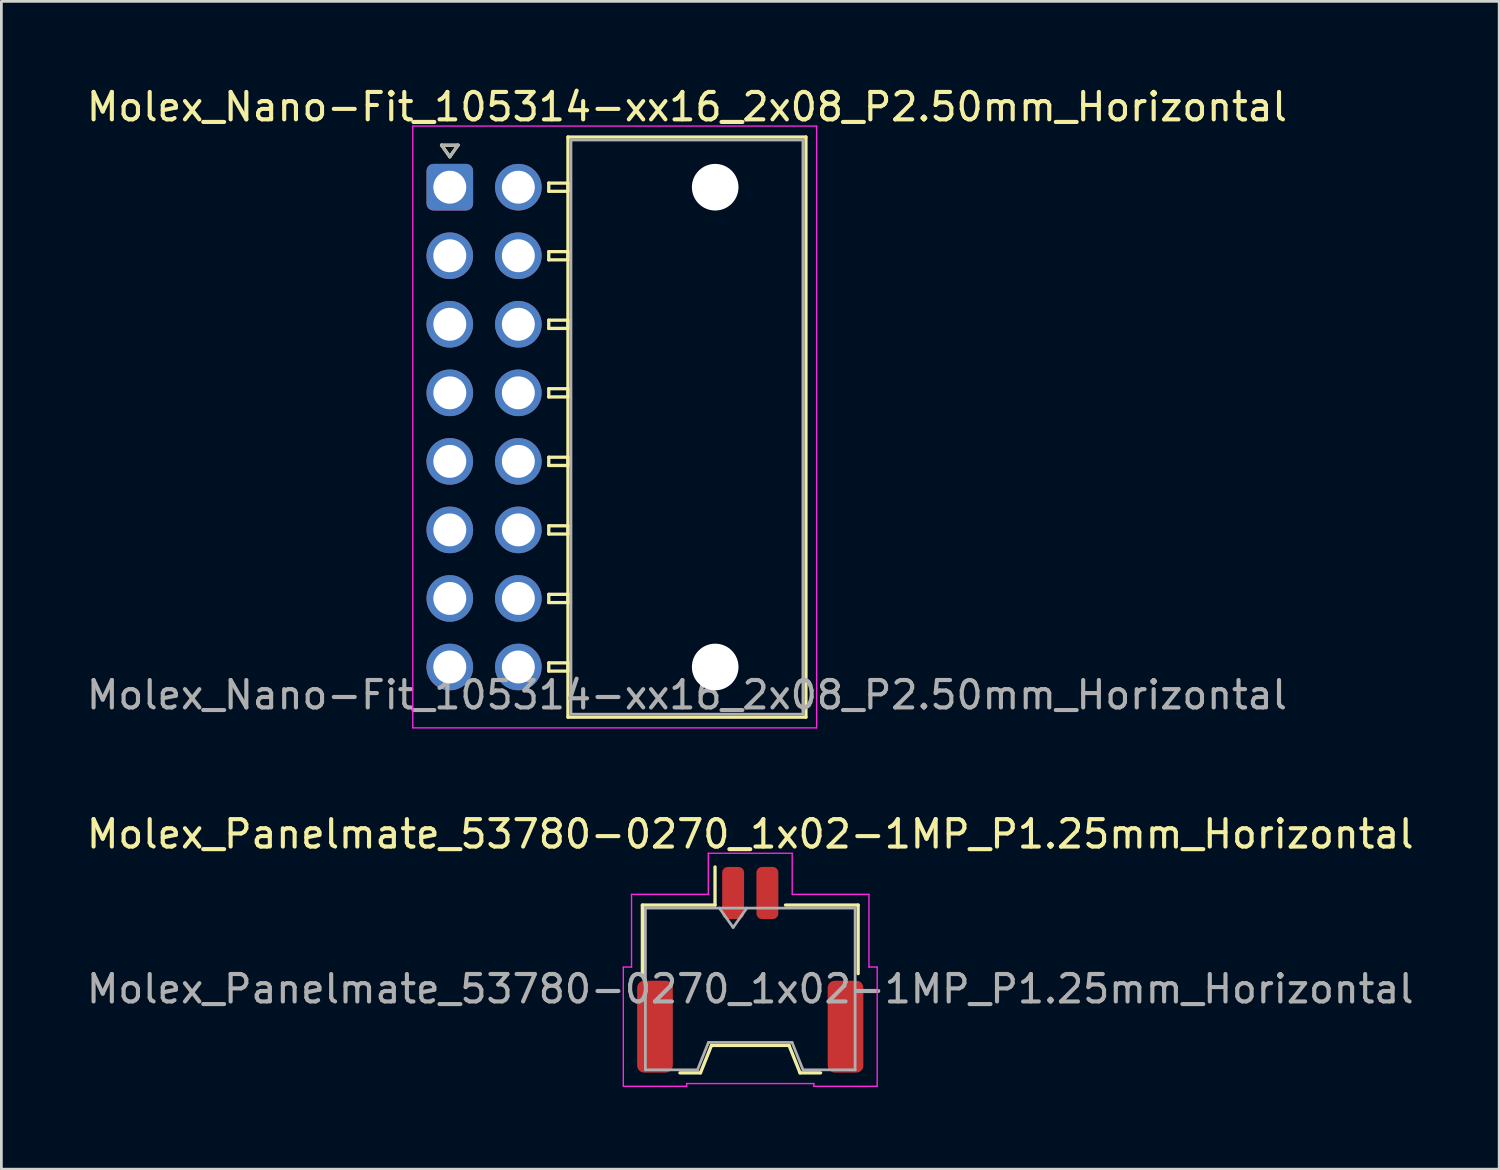
<source format=kicad_pcb>
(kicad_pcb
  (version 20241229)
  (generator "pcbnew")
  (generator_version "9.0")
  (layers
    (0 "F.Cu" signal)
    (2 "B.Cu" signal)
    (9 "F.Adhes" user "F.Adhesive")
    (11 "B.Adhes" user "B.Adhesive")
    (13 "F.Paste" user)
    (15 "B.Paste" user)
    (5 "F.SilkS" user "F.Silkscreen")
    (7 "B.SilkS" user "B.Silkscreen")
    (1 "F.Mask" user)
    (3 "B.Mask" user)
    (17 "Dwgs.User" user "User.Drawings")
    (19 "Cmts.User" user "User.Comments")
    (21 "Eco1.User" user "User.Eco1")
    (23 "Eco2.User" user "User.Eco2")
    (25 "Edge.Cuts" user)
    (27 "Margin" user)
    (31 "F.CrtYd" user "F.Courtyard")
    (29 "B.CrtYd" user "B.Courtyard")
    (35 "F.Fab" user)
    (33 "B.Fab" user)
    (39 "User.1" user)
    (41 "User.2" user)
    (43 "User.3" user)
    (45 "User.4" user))
  (footprint "Molex_Nano-Fit_105314-xx16_2x08_P2.50mm_Horizontal"
    (layer "F.Cu")
    (at 13.356 3.778)
    (property "Reference" "Molex_Nano-Fit_105314-xx16_2x08_P2.50mm_Horizontal" (at 8.65 -2.93 0) (layer "F.SilkS") (effects (font (size 1 1) (thickness 0.15))))
    (attr through_hole)
    (fp_line (start -0.3 -1.534) (end 0 -1.11) (stroke (width 0.12) (type solid)) (layer "F.SilkS"))
    (fp_line (start 0 -1.11) (end 0.3 -1.534) (stroke (width 0.12) (type solid)) (layer "F.SilkS"))
    (fp_line (start 0.3 -1.534) (end -0.3 -1.534) (stroke (width 0.12) (type solid)) (layer "F.SilkS"))
    (fp_line (start 3.61 -0.15) (end 3.61 0.15) (stroke (width 0.12) (type solid)) (layer "F.SilkS"))
    (fp_line (start 3.61 0.15) (end 4.31 0.15) (stroke (width 0.12) (type solid)) (layer "F.SilkS"))
    (fp_line (start 3.61 2.35) (end 3.61 2.65) (stroke (width 0.12) (type solid)) (layer "F.SilkS"))
    (fp_line (start 3.61 2.65) (end 4.31 2.65) (stroke (width 0.12) (type solid)) (layer "F.SilkS"))
    (fp_line (start 3.61 4.85) (end 3.61 5.15) (stroke (width 0.12) (type solid)) (layer "F.SilkS"))
    (fp_line (start 3.61 5.15) (end 4.31 5.15) (stroke (width 0.12) (type solid)) (layer "F.SilkS"))
    (fp_line (start 3.61 7.35) (end 3.61 7.65) (stroke (width 0.12) (type solid)) (layer "F.SilkS"))
    (fp_line (start 3.61 7.65) (end 4.31 7.65) (stroke (width 0.12) (type solid)) (layer "F.SilkS"))
    (fp_line (start 3.61 9.85) (end 3.61 10.15) (stroke (width 0.12) (type solid)) (layer "F.SilkS"))
    (fp_line (start 3.61 10.15) (end 4.31 10.15) (stroke (width 0.12) (type solid)) (layer "F.SilkS"))
    (fp_line (start 3.61 12.35) (end 3.61 12.65) (stroke (width 0.12) (type solid)) (layer "F.SilkS"))
    (fp_line (start 3.61 12.65) (end 4.31 12.65) (stroke (width 0.12) (type solid)) (layer "F.SilkS"))
    (fp_line (start 3.61 14.85) (end 3.61 15.15) (stroke (width 0.12) (type solid)) (layer "F.SilkS"))
    (fp_line (start 3.61 15.15) (end 4.31 15.15) (stroke (width 0.12) (type solid)) (layer "F.SilkS"))
    (fp_line (start 3.61 17.35) (end 3.61 17.65) (stroke (width 0.12) (type solid)) (layer "F.SilkS"))
    (fp_line (start 3.61 17.65) (end 4.31 17.65) (stroke (width 0.12) (type solid)) (layer "F.SilkS"))
    (fp_line (start 4.31 -1.83) (end 4.31 19.33) (stroke (width 0.12) (type solid)) (layer "F.SilkS"))
    (fp_line (start 4.31 -0.15) (end 3.61 -0.15) (stroke (width 0.12) (type solid)) (layer "F.SilkS"))
    (fp_line (start 4.31 0.15) (end 4.31 -0.15) (stroke (width 0.12) (type solid)) (layer "F.SilkS"))
    (fp_line (start 4.31 2.35) (end 3.61 2.35) (stroke (width 0.12) (type solid)) (layer "F.SilkS"))
    (fp_line (start 4.31 2.65) (end 4.31 2.35) (stroke (width 0.12) (type solid)) (layer "F.SilkS"))
    (fp_line (start 4.31 4.85) (end 3.61 4.85) (stroke (width 0.12) (type solid)) (layer "F.SilkS"))
    (fp_line (start 4.31 5.15) (end 4.31 4.85) (stroke (width 0.12) (type solid)) (layer "F.SilkS"))
    (fp_line (start 4.31 7.35) (end 3.61 7.35) (stroke (width 0.12) (type solid)) (layer "F.SilkS"))
    (fp_line (start 4.31 7.65) (end 4.31 7.35) (stroke (width 0.12) (type solid)) (layer "F.SilkS"))
    (fp_line (start 4.31 9.85) (end 3.61 9.85) (stroke (width 0.12) (type solid)) (layer "F.SilkS"))
    (fp_line (start 4.31 10.15) (end 4.31 9.85) (stroke (width 0.12) (type solid)) (layer "F.SilkS"))
    (fp_line (start 4.31 12.35) (end 3.61 12.35) (stroke (width 0.12) (type solid)) (layer "F.SilkS"))
    (fp_line (start 4.31 12.65) (end 4.31 12.35) (stroke (width 0.12) (type solid)) (layer "F.SilkS"))
    (fp_line (start 4.31 14.85) (end 3.61 14.85) (stroke (width 0.12) (type solid)) (layer "F.SilkS"))
    (fp_line (start 4.31 15.15) (end 4.31 14.85) (stroke (width 0.12) (type solid)) (layer "F.SilkS"))
    (fp_line (start 4.31 17.35) (end 3.61 17.35) (stroke (width 0.12) (type solid)) (layer "F.SilkS"))
    (fp_line (start 4.31 17.65) (end 4.31 17.35) (stroke (width 0.12) (type solid)) (layer "F.SilkS"))
    (fp_line (start 4.31 19.33) (end 12.99 19.33) (stroke (width 0.12) (type solid)) (layer "F.SilkS"))
    (fp_line (start 12.99 -1.83) (end 4.31 -1.83) (stroke (width 0.12) (type solid)) (layer "F.SilkS"))
    (fp_line (start 12.99 19.33) (end 12.99 -1.83) (stroke (width 0.12) (type solid)) (layer "F.SilkS"))
    (fp_line (start -1.35 -2.23) (end -1.35 19.72) (stroke (width 0.05) (type solid)) (layer "F.CrtYd"))
    (fp_line (start -1.35 19.72) (end 13.38 19.72) (stroke (width 0.05) (type solid)) (layer "F.CrtYd"))
    (fp_line (start 13.38 -2.23) (end -1.35 -2.23) (stroke (width 0.05) (type solid)) (layer "F.CrtYd"))
    (fp_line (start 13.38 19.72) (end 13.38 -2.23) (stroke (width 0.05) (type solid)) (layer "F.CrtYd"))
    (fp_line (start -0.3 -1.534) (end 0 -1.11) (stroke (width 0.1) (type solid)) (layer "F.Fab"))
    (fp_line (start 0 -1.11) (end 0.3 -1.534) (stroke (width 0.1) (type solid)) (layer "F.Fab"))
    (fp_line (start 0.3 -1.534) (end -0.3 -1.534) (stroke (width 0.1) (type solid)) (layer "F.Fab"))
    (fp_line (start 4.42 -1.72) (end 4.42 19.22) (stroke (width 0.1) (type solid)) (layer "F.Fab"))
    (fp_line (start 4.42 19.22) (end 12.88 19.22) (stroke (width 0.1) (type solid)) (layer "F.Fab"))
    (fp_line (start 12.88 -1.72) (end 4.42 -1.72) (stroke (width 0.1) (type solid)) (layer "F.Fab"))
    (fp_line (start 12.88 19.22) (end 12.88 -1.72) (stroke (width 0.1) (type solid)) (layer "F.Fab"))
    (fp_text user "${REFERENCE}" (at 8.65 18.52 0) (layer "F.Fab") (effects (font (size 1 1) (thickness 0.15))))
    (pad "" np_thru_hole circle (at 9.68 0) (size 1.7 1.7) (drill 1.7) (layers "*.Cu" "*.Mask"))
    (pad "" np_thru_hole circle (at 9.68 17.5) (size 1.7 1.7) (drill 1.7) (layers "*.Cu" "*.Mask"))
    (pad "1" thru_hole roundrect (at 0 0) (size 1.7 1.7) (drill 1.2) (layers "*.Cu" "*.Mask") (roundrect_rratio 0.147))
    (pad "2" thru_hole circle (at 0 2.5) (size 1.7 1.7) (drill 1.2) (layers "*.Cu" "*.Mask"))
    (pad "3" thru_hole circle (at 0 5) (size 1.7 1.7) (drill 1.2) (layers "*.Cu" "*.Mask"))
    (pad "4" thru_hole circle (at 0 7.5) (size 1.7 1.7) (drill 1.2) (layers "*.Cu" "*.Mask"))
    (pad "5" thru_hole circle (at 0 10) (size 1.7 1.7) (drill 1.2) (layers "*.Cu" "*.Mask"))
    (pad "6" thru_hole circle (at 0 12.5) (size 1.7 1.7) (drill 1.2) (layers "*.Cu" "*.Mask"))
    (pad "7" thru_hole circle (at 0 15) (size 1.7 1.7) (drill 1.2) (layers "*.Cu" "*.Mask"))
    (pad "8" thru_hole circle (at 0 17.5) (size 1.7 1.7) (drill 1.2) (layers "*.Cu" "*.Mask"))
    (pad "9" thru_hole circle (at 2.5 0) (size 1.7 1.7) (drill 1.2) (layers "*.Cu" "*.Mask"))
    (pad "10" thru_hole circle (at 2.5 2.5) (size 1.7 1.7) (drill 1.2) (layers "*.Cu" "*.Mask"))
    (pad "11" thru_hole circle (at 2.5 5) (size 1.7 1.7) (drill 1.2) (layers "*.Cu" "*.Mask"))
    (pad "12" thru_hole circle (at 2.5 7.5) (size 1.7 1.7) (drill 1.2) (layers "*.Cu" "*.Mask"))
    (pad "13" thru_hole circle (at 2.5 10) (size 1.7 1.7) (drill 1.2) (layers "*.Cu" "*.Mask"))
    (pad "14" thru_hole circle (at 2.5 12.5) (size 1.7 1.7) (drill 1.2) (layers "*.Cu" "*.Mask"))
    (pad "15" thru_hole circle (at 2.5 15) (size 1.7 1.7) (drill 1.2) (layers "*.Cu" "*.Mask"))
    (pad "16" thru_hole circle (at 2.5 17.5) (size 1.7 1.7) (drill 1.2) (layers "*.Cu" "*.Mask")))
  (footprint "Molex_Panelmate_53780-0270_1x02-1MP_P1.25mm_Horizontal"
    (layer "F.Cu")
    (at 24.315 32.322)
    (property "Reference" "Molex_Panelmate_53780-0270_1x02-1MP_P1.25mm_Horizontal" (at 0 -4.95 0) (layer "F.SilkS") (effects (font (size 1 1) (thickness 0.15))))
    (attr smd)
    (fp_line (start -3.935 -2.36) (end -1.285 -2.36) (stroke (width 0.12) (type solid)) (layer "F.SilkS"))
    (fp_line (start -3.935 0.14) (end -3.935 -2.36) (stroke (width 0.12) (type solid)) (layer "F.SilkS"))
    (fp_line (start -2.565 3.76) (end -1.815 3.76) (stroke (width 0.12) (type solid)) (layer "F.SilkS"))
    (fp_line (start -1.815 3.76) (end -1.415 2.76) (stroke (width 0.12) (type solid)) (layer "F.SilkS"))
    (fp_line (start -1.415 2.76) (end 1.415 2.76) (stroke (width 0.12) (type solid)) (layer "F.SilkS"))
    (fp_line (start -1.285 -2.36) (end -1.285 -3.75) (stroke (width 0.12) (type solid)) (layer "F.SilkS"))
    (fp_line (start 1.415 2.76) (end 1.815 3.76) (stroke (width 0.12) (type solid)) (layer "F.SilkS"))
    (fp_line (start 1.815 3.76) (end 2.565 3.76) (stroke (width 0.12) (type solid)) (layer "F.SilkS"))
    (fp_line (start 3.935 -2.36) (end 1.285 -2.36) (stroke (width 0.12) (type solid)) (layer "F.SilkS"))
    (fp_line (start 3.935 0.14) (end 3.935 -2.36) (stroke (width 0.12) (type solid)) (layer "F.SilkS"))
    (fp_line (start -4.63 -0.1) (end -4.33 -0.1) (stroke (width 0.05) (type solid)) (layer "F.CrtYd"))
    (fp_line (start -4.63 4.25) (end -4.63 -0.1) (stroke (width 0.05) (type solid)) (layer "F.CrtYd"))
    (fp_line (start -4.33 -2.75) (end -1.53 -2.75) (stroke (width 0.05) (type solid)) (layer "F.CrtYd"))
    (fp_line (start -4.33 -0.1) (end -4.33 -2.75) (stroke (width 0.05) (type solid)) (layer "F.CrtYd"))
    (fp_line (start -2.32 4.15) (end -2.32 4.25) (stroke (width 0.05) (type solid)) (layer "F.CrtYd"))
    (fp_line (start -2.32 4.25) (end -4.63 4.25) (stroke (width 0.05) (type solid)) (layer "F.CrtYd"))
    (fp_line (start -1.53 -4.25) (end 1.53 -4.25) (stroke (width 0.05) (type solid)) (layer "F.CrtYd"))
    (fp_line (start -1.53 -2.75) (end -1.53 -4.25) (stroke (width 0.05) (type solid)) (layer "F.CrtYd"))
    (fp_line (start 1.53 -4.25) (end 1.53 -2.75) (stroke (width 0.05) (type solid)) (layer "F.CrtYd"))
    (fp_line (start 1.53 -2.75) (end 4.33 -2.75) (stroke (width 0.05) (type solid)) (layer "F.CrtYd"))
    (fp_line (start 2.32 4.15) (end -2.32 4.15) (stroke (width 0.05) (type solid)) (layer "F.CrtYd"))
    (fp_line (start 2.32 4.25) (end 2.32 4.15) (stroke (width 0.05) (type solid)) (layer "F.CrtYd"))
    (fp_line (start 4.33 -2.75) (end 4.33 -0.1) (stroke (width 0.05) (type solid)) (layer "F.CrtYd"))
    (fp_line (start 4.33 -0.1) (end 4.63 -0.1) (stroke (width 0.05) (type solid)) (layer "F.CrtYd"))
    (fp_line (start 4.63 -0.1) (end 4.63 4.25) (stroke (width 0.05) (type solid)) (layer "F.CrtYd"))
    (fp_line (start 4.63 4.25) (end 2.32 4.25) (stroke (width 0.05) (type solid)) (layer "F.CrtYd"))
    (fp_line (start -3.825 -2.25) (end -3.825 3.65) (stroke (width 0.1) (type solid)) (layer "F.Fab"))
    (fp_line (start -3.825 -2.25) (end 3.825 -2.25) (stroke (width 0.1) (type solid)) (layer "F.Fab"))
    (fp_line (start -3.825 3.65) (end -1.925 3.65) (stroke (width 0.1) (type solid)) (layer "F.Fab"))
    (fp_line (start -1.925 3.65) (end -1.525 2.65) (stroke (width 0.1) (type solid)) (layer "F.Fab"))
    (fp_line (start -1.525 2.65) (end 1.525 2.65) (stroke (width 0.1) (type solid)) (layer "F.Fab"))
    (fp_line (start -1.125 -2.25) (end -0.625 -1.543) (stroke (width 0.1) (type solid)) (layer "F.Fab"))
    (fp_line (start -0.625 -1.543) (end -0.125 -2.25) (stroke (width 0.1) (type solid)) (layer "F.Fab"))
    (fp_line (start 1.525 2.65) (end 1.925 3.65) (stroke (width 0.1) (type solid)) (layer "F.Fab"))
    (fp_line (start 1.925 3.65) (end 3.825 3.65) (stroke (width 0.1) (type solid)) (layer "F.Fab"))
    (fp_line (start 3.825 -2.25) (end 3.825 3.65) (stroke (width 0.1) (type solid)) (layer "F.Fab"))
    (fp_text user "${REFERENCE}" (at 0 0.7 0) (layer "F.Fab") (effects (font (size 1 1) (thickness 0.15))))
    (pad "1" smd roundrect (at -0.625 -2.8) (size 0.8 1.9) (layers "F.Cu" "F.Mask" "F.Paste") (roundrect_rratio 0.25))
    (pad "2" smd roundrect (at 0.625 -2.8) (size 0.8 1.9) (layers "F.Cu" "F.Mask" "F.Paste") (roundrect_rratio 0.25))
    (pad "MP" smd roundrect (at -3.475 2.075) (size 1.3 3.35) (layers "F.Cu" "F.Mask" "F.Paste") (roundrect_rratio 0.192))
    (pad "MP" smd roundrect (at 3.475 2.075) (size 1.3 3.35) (layers "F.Cu" "F.Mask" "F.Paste") (roundrect_rratio 0.192)))
  (gr_rect
    (start -3 -3)
    (end 51.631 39.596)
    (stroke (width 0.1) (type default))
    (fill no)
    (layer "Edge.Cuts")))
</source>
